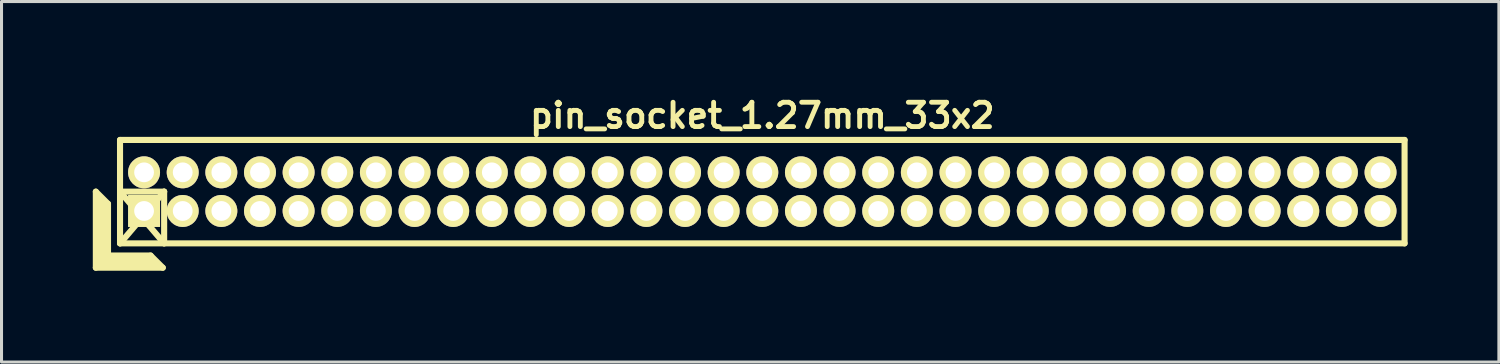
<source format=kicad_pcb>
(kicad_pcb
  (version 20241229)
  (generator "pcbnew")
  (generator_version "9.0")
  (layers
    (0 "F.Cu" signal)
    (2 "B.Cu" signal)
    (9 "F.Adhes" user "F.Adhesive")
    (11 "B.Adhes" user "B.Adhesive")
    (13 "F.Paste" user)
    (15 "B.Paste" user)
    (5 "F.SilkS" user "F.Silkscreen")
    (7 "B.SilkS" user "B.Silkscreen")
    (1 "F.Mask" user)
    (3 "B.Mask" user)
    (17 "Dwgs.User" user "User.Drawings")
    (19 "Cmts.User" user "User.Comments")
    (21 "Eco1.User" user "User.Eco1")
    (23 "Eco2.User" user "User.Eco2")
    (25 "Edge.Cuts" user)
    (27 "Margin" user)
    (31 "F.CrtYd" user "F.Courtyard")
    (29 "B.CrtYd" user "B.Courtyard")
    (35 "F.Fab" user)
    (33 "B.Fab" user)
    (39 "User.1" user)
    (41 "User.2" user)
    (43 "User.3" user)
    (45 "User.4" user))
  (footprint "pin_socket_1.27mm_33x2"
    (layer "F.Cu")
    (at 22.005 3.249)
    (property "Reference" "pin_socket_1.27mm_33x2" (at 0 -2.5 0) (layer "F.SilkS") (effects (font (size 0.8 0.8) (thickness 0.16))))
    (attr through_hole)
    (fp_line (start -21.905 0) (end -21.905 2.5) (stroke (width 0.2) (type solid)) (layer "F.SilkS"))
    (fp_line (start -21.905 0) (end -21.505 0.4) (stroke (width 0.2) (type solid)) (layer "F.SilkS"))
    (fp_line (start -21.905 2.5) (end -19.705 2.5) (stroke (width 0.2) (type solid)) (layer "F.SilkS"))
    (fp_line (start -21.805 2.4) (end -21.805 0.2) (stroke (width 0.2) (type solid)) (layer "F.SilkS"))
    (fp_line (start -21.805 2.4) (end -19.905 2.4) (stroke (width 0.2) (type solid)) (layer "F.SilkS"))
    (fp_line (start -21.705 2.3) (end -21.705 0.3) (stroke (width 0.2) (type solid)) (layer "F.SilkS"))
    (fp_line (start -21.705 2.3) (end -20.005 2.3) (stroke (width 0.2) (type solid)) (layer "F.SilkS"))
    (fp_line (start -21.605 2.2) (end -21.605 0.4) (stroke (width 0.2) (type solid)) (layer "F.SilkS"))
    (fp_line (start -21.605 2.2) (end -20.105 2.2) (stroke (width 0.2) (type solid)) (layer "F.SilkS"))
    (fp_line (start -21.505 2.1) (end -21.505 0.4) (stroke (width 0.2) (type solid)) (layer "F.SilkS"))
    (fp_line (start -21.505 2.1) (end -20.105 2.1) (stroke (width 0.2) (type solid)) (layer "F.SilkS"))
    (fp_line (start -21.11 -1.7) (end 21.11 -1.7) (stroke (width 0.2) (type solid)) (layer "F.SilkS"))
    (fp_line (start -21.11 0) (end -19.66 0) (stroke (width 0.2) (type solid)) (layer "F.SilkS"))
    (fp_line (start -21.11 0) (end -19.66 1.7) (stroke (width 0.2) (type solid)) (layer "F.SilkS"))
    (fp_line (start -21.11 1.7) (end -21.11 -1.7) (stroke (width 0.2) (type solid)) (layer "F.SilkS"))
    (fp_line (start -20.105 2.1) (end -19.705 2.5) (stroke (width 0.2) (type solid)) (layer "F.SilkS"))
    (fp_line (start -19.66 0) (end -21.105 1.7) (stroke (width 0.2) (type solid)) (layer "F.SilkS"))
    (fp_line (start -19.66 0) (end -19.66 1.7) (stroke (width 0.2) (type solid)) (layer "F.SilkS"))
    (fp_line (start 21.11 -1.7) (end 21.11 1.7) (stroke (width 0.2) (type solid)) (layer "F.SilkS"))
    (fp_line (start 21.11 1.7) (end -21.11 1.7) (stroke (width 0.2) (type solid)) (layer "F.SilkS"))
    (pad "1" thru_hole rect (at -20.32 0.635) (size 1.05 1.05) (drill 0.65) (layers "*.Cu" "*.Mask" "F.SilkS"))
    (pad "2" thru_hole oval (at -20.32 -0.635) (size 1.05 1.05) (drill 0.65) (layers "*.Cu" "*.Mask" "F.SilkS"))
    (pad "3" thru_hole oval (at -19.05 0.635) (size 1.05 1.05) (drill 0.65) (layers "*.Cu" "*.Mask" "F.SilkS"))
    (pad "4" thru_hole oval (at -19.05 -0.635) (size 1.05 1.05) (drill 0.65) (layers "*.Cu" "*.Mask" "F.SilkS"))
    (pad "5" thru_hole oval (at -17.78 0.635) (size 1.05 1.05) (drill 0.65) (layers "*.Cu" "*.Mask" "F.SilkS"))
    (pad "6" thru_hole oval (at -17.78 -0.635) (size 1.05 1.05) (drill 0.65) (layers "*.Cu" "*.Mask" "F.SilkS"))
    (pad "7" thru_hole oval (at -16.51 0.635) (size 1.05 1.05) (drill 0.65) (layers "*.Cu" "*.Mask" "F.SilkS"))
    (pad "8" thru_hole oval (at -16.51 -0.635) (size 1.05 1.05) (drill 0.65) (layers "*.Cu" "*.Mask" "F.SilkS"))
    (pad "9" thru_hole oval (at -15.24 0.635) (size 1.05 1.05) (drill 0.65) (layers "*.Cu" "*.Mask" "F.SilkS"))
    (pad "10" thru_hole oval (at -15.24 -0.635) (size 1.05 1.05) (drill 0.65) (layers "*.Cu" "*.Mask" "F.SilkS"))
    (pad "11" thru_hole oval (at -13.97 0.635) (size 1.05 1.05) (drill 0.65) (layers "*.Cu" "*.Mask" "F.SilkS"))
    (pad "12" thru_hole oval (at -13.97 -0.635) (size 1.05 1.05) (drill 0.65) (layers "*.Cu" "*.Mask" "F.SilkS"))
    (pad "13" thru_hole oval (at -12.7 0.635) (size 1.05 1.05) (drill 0.65) (layers "*.Cu" "*.Mask" "F.SilkS"))
    (pad "14" thru_hole oval (at -12.7 -0.635) (size 1.05 1.05) (drill 0.65) (layers "*.Cu" "*.Mask" "F.SilkS"))
    (pad "15" thru_hole oval (at -11.43 0.635) (size 1.05 1.05) (drill 0.65) (layers "*.Cu" "*.Mask" "F.SilkS"))
    (pad "16" thru_hole oval (at -11.43 -0.635) (size 1.05 1.05) (drill 0.65) (layers "*.Cu" "*.Mask" "F.SilkS"))
    (pad "17" thru_hole oval (at -10.16 0.635) (size 1.05 1.05) (drill 0.65) (layers "*.Cu" "*.Mask" "F.SilkS"))
    (pad "18" thru_hole oval (at -10.16 -0.635) (size 1.05 1.05) (drill 0.65) (layers "*.Cu" "*.Mask" "F.SilkS"))
    (pad "19" thru_hole oval (at -8.89 0.635) (size 1.05 1.05) (drill 0.65) (layers "*.Cu" "*.Mask" "F.SilkS"))
    (pad "20" thru_hole oval (at -8.89 -0.635) (size 1.05 1.05) (drill 0.65) (layers "*.Cu" "*.Mask" "F.SilkS"))
    (pad "21" thru_hole oval (at -7.62 0.635) (size 1.05 1.05) (drill 0.65) (layers "*.Cu" "*.Mask" "F.SilkS"))
    (pad "22" thru_hole oval (at -7.62 -0.635) (size 1.05 1.05) (drill 0.65) (layers "*.Cu" "*.Mask" "F.SilkS"))
    (pad "23" thru_hole oval (at -6.35 0.635) (size 1.05 1.05) (drill 0.65) (layers "*.Cu" "*.Mask" "F.SilkS"))
    (pad "24" thru_hole oval (at -6.35 -0.635) (size 1.05 1.05) (drill 0.65) (layers "*.Cu" "*.Mask" "F.SilkS"))
    (pad "25" thru_hole oval (at -5.08 0.635) (size 1.05 1.05) (drill 0.65) (layers "*.Cu" "*.Mask" "F.SilkS"))
    (pad "26" thru_hole oval (at -5.08 -0.635) (size 1.05 1.05) (drill 0.65) (layers "*.Cu" "*.Mask" "F.SilkS"))
    (pad "27" thru_hole oval (at -3.81 0.635) (size 1.05 1.05) (drill 0.65) (layers "*.Cu" "*.Mask" "F.SilkS"))
    (pad "28" thru_hole oval (at -3.81 -0.635) (size 1.05 1.05) (drill 0.65) (layers "*.Cu" "*.Mask" "F.SilkS"))
    (pad "29" thru_hole oval (at -2.54 0.635) (size 1.05 1.05) (drill 0.65) (layers "*.Cu" "*.Mask" "F.SilkS"))
    (pad "30" thru_hole oval (at -2.54 -0.635) (size 1.05 1.05) (drill 0.65) (layers "*.Cu" "*.Mask" "F.SilkS"))
    (pad "31" thru_hole oval (at -1.27 0.635) (size 1.05 1.05) (drill 0.65) (layers "*.Cu" "*.Mask" "F.SilkS"))
    (pad "32" thru_hole oval (at -1.27 -0.635) (size 1.05 1.05) (drill 0.65) (layers "*.Cu" "*.Mask" "F.SilkS"))
    (pad "33" thru_hole oval (at 0 0.635) (size 1.05 1.05) (drill 0.65) (layers "*.Cu" "*.Mask" "F.SilkS"))
    (pad "34" thru_hole oval (at 0 -0.635) (size 1.05 1.05) (drill 0.65) (layers "*.Cu" "*.Mask" "F.SilkS"))
    (pad "35" thru_hole oval (at 1.27 0.635) (size 1.05 1.05) (drill 0.65) (layers "*.Cu" "*.Mask" "F.SilkS"))
    (pad "36" thru_hole oval (at 1.27 -0.635) (size 1.05 1.05) (drill 0.65) (layers "*.Cu" "*.Mask" "F.SilkS"))
    (pad "37" thru_hole oval (at 2.54 0.635) (size 1.05 1.05) (drill 0.65) (layers "*.Cu" "*.Mask" "F.SilkS"))
    (pad "38" thru_hole oval (at 2.54 -0.635) (size 1.05 1.05) (drill 0.65) (layers "*.Cu" "*.Mask" "F.SilkS"))
    (pad "39" thru_hole oval (at 3.81 0.635) (size 1.05 1.05) (drill 0.65) (layers "*.Cu" "*.Mask" "F.SilkS"))
    (pad "40" thru_hole oval (at 3.81 -0.635) (size 1.05 1.05) (drill 0.65) (layers "*.Cu" "*.Mask" "F.SilkS"))
    (pad "41" thru_hole oval (at 5.08 0.635) (size 1.05 1.05) (drill 0.65) (layers "*.Cu" "*.Mask" "F.SilkS"))
    (pad "42" thru_hole oval (at 5.08 -0.635) (size 1.05 1.05) (drill 0.65) (layers "*.Cu" "*.Mask" "F.SilkS"))
    (pad "43" thru_hole oval (at 6.35 0.635) (size 1.05 1.05) (drill 0.65) (layers "*.Cu" "*.Mask" "F.SilkS"))
    (pad "44" thru_hole oval (at 6.35 -0.635) (size 1.05 1.05) (drill 0.65) (layers "*.Cu" "*.Mask" "F.SilkS"))
    (pad "45" thru_hole oval (at 7.62 0.635) (size 1.05 1.05) (drill 0.65) (layers "*.Cu" "*.Mask" "F.SilkS"))
    (pad "46" thru_hole oval (at 7.62 -0.635) (size 1.05 1.05) (drill 0.65) (layers "*.Cu" "*.Mask" "F.SilkS"))
    (pad "47" thru_hole oval (at 8.89 0.635) (size 1.05 1.05) (drill 0.65) (layers "*.Cu" "*.Mask" "F.SilkS"))
    (pad "48" thru_hole oval (at 8.89 -0.635) (size 1.05 1.05) (drill 0.65) (layers "*.Cu" "*.Mask" "F.SilkS"))
    (pad "49" thru_hole oval (at 10.16 0.635) (size 1.05 1.05) (drill 0.65) (layers "*.Cu" "*.Mask" "F.SilkS"))
    (pad "50" thru_hole oval (at 10.16 -0.635) (size 1.05 1.05) (drill 0.65) (layers "*.Cu" "*.Mask" "F.SilkS"))
    (pad "51" thru_hole circle (at 11.43 0.635) (size 1.05 1.05) (drill 0.65) (layers "*.Cu" "*.Mask" "F.SilkS"))
    (pad "52" thru_hole oval (at 11.43 -0.635) (size 1.05 1.05) (drill 0.65) (layers "*.Cu" "*.Mask" "F.SilkS"))
    (pad "53" thru_hole oval (at 12.7 0.635) (size 1.05 1.05) (drill 0.65) (layers "*.Cu" "*.Mask" "F.SilkS"))
    (pad "54" thru_hole oval (at 12.7 -0.635) (size 1.05 1.05) (drill 0.65) (layers "*.Cu" "*.Mask" "F.SilkS"))
    (pad "55" thru_hole oval (at 13.97 0.635) (size 1.05 1.05) (drill 0.65) (layers "*.Cu" "*.Mask" "F.SilkS"))
    (pad "56" thru_hole oval (at 13.97 -0.635) (size 1.05 1.05) (drill 0.65) (layers "*.Cu" "*.Mask" "F.SilkS"))
    (pad "57" thru_hole oval (at 15.24 0.635) (size 1.05 1.05) (drill 0.65) (layers "*.Cu" "*.Mask" "F.SilkS"))
    (pad "58" thru_hole oval (at 15.24 -0.635) (size 1.05 1.05) (drill 0.65) (layers "*.Cu" "*.Mask" "F.SilkS"))
    (pad "59" thru_hole oval (at 16.51 0.635) (size 1.05 1.05) (drill 0.65) (layers "*.Cu" "*.Mask" "F.SilkS"))
    (pad "60" thru_hole oval (at 16.51 -0.635) (size 1.05 1.05) (drill 0.65) (layers "*.Cu" "*.Mask" "F.SilkS"))
    (pad "61" thru_hole oval (at 17.78 0.635) (size 1.05 1.05) (drill 0.65) (layers "*.Cu" "*.Mask" "F.SilkS"))
    (pad "62" thru_hole oval (at 17.78 -0.635) (size 1.05 1.05) (drill 0.65) (layers "*.Cu" "*.Mask" "F.SilkS"))
    (pad "63" thru_hole oval (at 19.05 0.635) (size 1.05 1.05) (drill 0.65) (layers "*.Cu" "*.Mask" "F.SilkS"))
    (pad "64" thru_hole oval (at 19.05 -0.635) (size 1.05 1.05) (drill 0.65) (layers "*.Cu" "*.Mask" "F.SilkS"))
    (pad "65" thru_hole oval (at 20.32 0.635) (size 1.05 1.05) (drill 0.65) (layers "*.Cu" "*.Mask" "F.SilkS"))
    (pad "66" thru_hole oval (at 20.32 -0.635) (size 1.05 1.05) (drill 0.65) (layers "*.Cu" "*.Mask" "F.SilkS")))
  (gr_rect
    (start -3 -3)
    (end 46.215 8.849)
    (stroke (width 0.1) (type default))
    (fill no)
    (layer "Edge.Cuts")))
</source>
